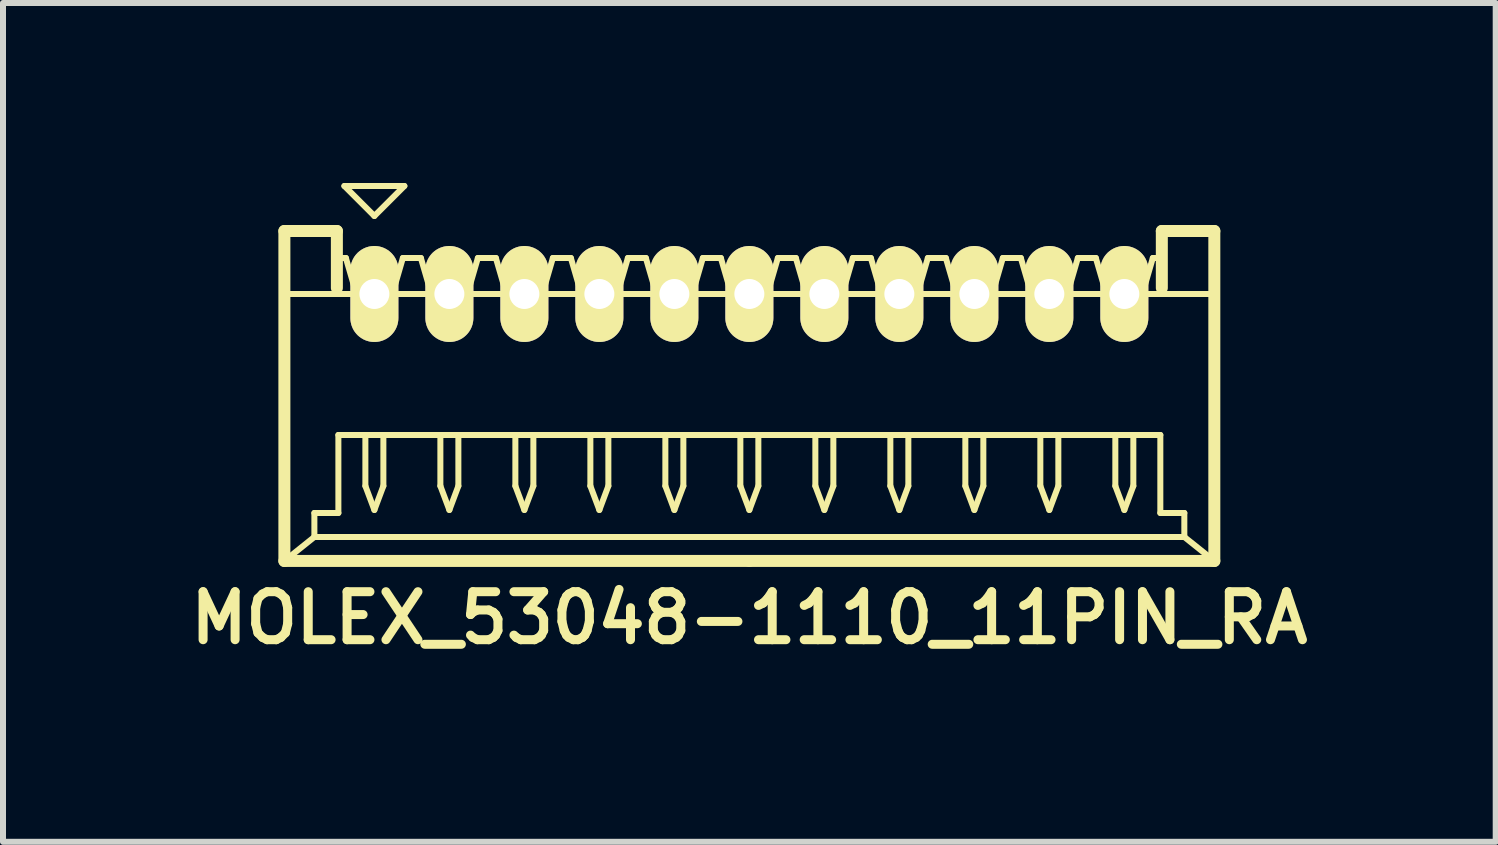
<source format=kicad_pcb>
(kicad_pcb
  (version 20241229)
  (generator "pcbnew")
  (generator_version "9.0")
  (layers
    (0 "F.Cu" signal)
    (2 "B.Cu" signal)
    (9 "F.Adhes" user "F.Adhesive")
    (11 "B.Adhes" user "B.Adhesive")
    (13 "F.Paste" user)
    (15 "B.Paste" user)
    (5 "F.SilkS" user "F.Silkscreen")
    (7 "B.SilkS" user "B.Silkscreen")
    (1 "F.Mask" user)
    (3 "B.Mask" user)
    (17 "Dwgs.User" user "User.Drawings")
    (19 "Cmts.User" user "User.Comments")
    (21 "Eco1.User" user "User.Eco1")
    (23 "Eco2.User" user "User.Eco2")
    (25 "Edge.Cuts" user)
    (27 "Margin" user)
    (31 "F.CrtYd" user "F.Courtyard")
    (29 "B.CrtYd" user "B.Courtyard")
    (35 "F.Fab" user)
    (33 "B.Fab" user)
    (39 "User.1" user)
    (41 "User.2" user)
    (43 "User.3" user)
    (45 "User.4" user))
  (footprint "MOLEX_53048-1110_11PIN_RA"
    (layer "F.Cu")
    (at 9.44 3.55)
    (property "Reference" "MOLEX_53048-1110_11PIN_RA" (at 0 3.7 0) (layer "F.SilkS") (effects (font (size 0.8 0.8) (thickness 0.15))))
    (attr through_hole)
    (fp_line (start -7.75 -2.75) (end -6.875 -2.75) (stroke (width 0.2) (type solid)) (layer "F.SilkS"))
    (fp_line (start -7.75 -1.7) (end 7.75 -1.7) (stroke (width 0.1) (type solid)) (layer "F.SilkS"))
    (fp_line (start -7.75 2.75) (end -7.75 -2.75) (stroke (width 0.2) (type solid)) (layer "F.SilkS"))
    (fp_line (start -7.25 1.95) (end -7.25 2.35) (stroke (width 0.1) (type solid)) (layer "F.SilkS"))
    (fp_line (start -7.25 2.35) (end -7.75 2.75) (stroke (width 0.1) (type solid)) (layer "F.SilkS"))
    (fp_line (start -7.25 2.35) (end 0 2.35) (stroke (width 0.1) (type solid)) (layer "F.SilkS"))
    (fp_line (start -6.875 -2.75) (end -6.875 -1.8) (stroke (width 0.2) (type solid)) (layer "F.SilkS"))
    (fp_line (start -6.875 -2.3) (end -6.725 -2.3) (stroke (width 0.1) (type solid)) (layer "F.SilkS"))
    (fp_line (start -6.85 0.65) (end -6.85 1.95) (stroke (width 0.1) (type solid)) (layer "F.SilkS"))
    (fp_line (start -6.85 1.95) (end -7.25 1.95) (stroke (width 0.1) (type solid)) (layer "F.SilkS"))
    (fp_line (start -6.75 -3.5) (end -6.25 -3) (stroke (width 0.1) (type solid)) (layer "F.SilkS"))
    (fp_line (start -6.725 -2.3) (end -6.55 -1.7) (stroke (width 0.1) (type solid)) (layer "F.SilkS"))
    (fp_line (start -6.55 -1.7) (end -5.95 -1.7) (stroke (width 0.1) (type solid)) (layer "F.SilkS"))
    (fp_line (start -6.4 0.65) (end -6.4 1.5) (stroke (width 0.1) (type solid)) (layer "F.SilkS"))
    (fp_line (start -6.4 1.5) (end -6.25 1.9) (stroke (width 0.1) (type solid)) (layer "F.SilkS"))
    (fp_line (start -6.25 -3) (end -5.75 -3.5) (stroke (width 0.1) (type solid)) (layer "F.SilkS"))
    (fp_line (start -6.25 1.9) (end -6.1 1.5) (stroke (width 0.1) (type solid)) (layer "F.SilkS"))
    (fp_line (start -6.1 1.5) (end -6.1 0.65) (stroke (width 0.1) (type solid)) (layer "F.SilkS"))
    (fp_line (start -5.95 -1.7) (end -5.775 -2.3) (stroke (width 0.1) (type solid)) (layer "F.SilkS"))
    (fp_line (start -5.775 -2.3) (end -5.625 -2.3) (stroke (width 0.1) (type solid)) (layer "F.SilkS"))
    (fp_line (start -5.75 -3.5) (end -6.75 -3.5) (stroke (width 0.1) (type solid)) (layer "F.SilkS"))
    (fp_line (start -5.625 -2.3) (end -5.475 -2.3) (stroke (width 0.1) (type solid)) (layer "F.SilkS"))
    (fp_line (start -5.475 -2.3) (end -5.3 -1.7) (stroke (width 0.1) (type solid)) (layer "F.SilkS"))
    (fp_line (start -5.3 -1.7) (end -4.7 -1.7) (stroke (width 0.1) (type solid)) (layer "F.SilkS"))
    (fp_line (start -5.15 0.65) (end -5.15 1.5) (stroke (width 0.1) (type solid)) (layer "F.SilkS"))
    (fp_line (start -5.15 1.5) (end -5 1.9) (stroke (width 0.1) (type solid)) (layer "F.SilkS"))
    (fp_line (start -5 1.9) (end -4.85 1.5) (stroke (width 0.1) (type solid)) (layer "F.SilkS"))
    (fp_line (start -4.85 1.5) (end -4.85 0.65) (stroke (width 0.1) (type solid)) (layer "F.SilkS"))
    (fp_line (start -4.7 -1.7) (end -4.525 -2.3) (stroke (width 0.1) (type solid)) (layer "F.SilkS"))
    (fp_line (start -4.525 -2.3) (end -4.375 -2.3) (stroke (width 0.1) (type solid)) (layer "F.SilkS"))
    (fp_line (start -4.375 -2.3) (end -4.225 -2.3) (stroke (width 0.1) (type solid)) (layer "F.SilkS"))
    (fp_line (start -4.225 -2.3) (end -4.05 -1.7) (stroke (width 0.1) (type solid)) (layer "F.SilkS"))
    (fp_line (start -4.05 -1.7) (end -3.45 -1.7) (stroke (width 0.1) (type solid)) (layer "F.SilkS"))
    (fp_line (start -3.9 0.65) (end -3.9 1.5) (stroke (width 0.1) (type solid)) (layer "F.SilkS"))
    (fp_line (start -3.9 1.5) (end -3.75 1.9) (stroke (width 0.1) (type solid)) (layer "F.SilkS"))
    (fp_line (start -3.75 1.9) (end -3.6 1.5) (stroke (width 0.1) (type solid)) (layer "F.SilkS"))
    (fp_line (start -3.6 1.5) (end -3.6 0.65) (stroke (width 0.1) (type solid)) (layer "F.SilkS"))
    (fp_line (start -3.45 -1.7) (end -3.275 -2.3) (stroke (width 0.1) (type solid)) (layer "F.SilkS"))
    (fp_line (start -3.275 -2.3) (end -3.125 -2.3) (stroke (width 0.1) (type solid)) (layer "F.SilkS"))
    (fp_line (start -3.125 -2.3) (end -2.975 -2.3) (stroke (width 0.1) (type solid)) (layer "F.SilkS"))
    (fp_line (start -2.975 -2.3) (end -2.8 -1.7) (stroke (width 0.1) (type solid)) (layer "F.SilkS"))
    (fp_line (start -2.8 -1.7) (end -2.2 -1.7) (stroke (width 0.1) (type solid)) (layer "F.SilkS"))
    (fp_line (start -2.65 0.65) (end -2.65 1.5) (stroke (width 0.1) (type solid)) (layer "F.SilkS"))
    (fp_line (start -2.65 1.5) (end -2.5 1.9) (stroke (width 0.1) (type solid)) (layer "F.SilkS"))
    (fp_line (start -2.5 1.9) (end -2.35 1.5) (stroke (width 0.1) (type solid)) (layer "F.SilkS"))
    (fp_line (start -2.35 1.5) (end -2.35 0.65) (stroke (width 0.1) (type solid)) (layer "F.SilkS"))
    (fp_line (start -2.2 -1.7) (end -2.025 -2.3) (stroke (width 0.1) (type solid)) (layer "F.SilkS"))
    (fp_line (start -2.025 -2.3) (end -1.875 -2.3) (stroke (width 0.1) (type solid)) (layer "F.SilkS"))
    (fp_line (start -1.875 -2.3) (end -1.725 -2.3) (stroke (width 0.1) (type solid)) (layer "F.SilkS"))
    (fp_line (start -1.725 -2.3) (end -1.55 -1.7) (stroke (width 0.1) (type solid)) (layer "F.SilkS"))
    (fp_line (start -1.55 -1.7) (end -0.95 -1.7) (stroke (width 0.1) (type solid)) (layer "F.SilkS"))
    (fp_line (start -1.4 0.65) (end -1.4 1.5) (stroke (width 0.1) (type solid)) (layer "F.SilkS"))
    (fp_line (start -1.4 1.5) (end -1.25 1.9) (stroke (width 0.1) (type solid)) (layer "F.SilkS"))
    (fp_line (start -1.25 1.9) (end -1.1 1.5) (stroke (width 0.1) (type solid)) (layer "F.SilkS"))
    (fp_line (start -1.1 1.5) (end -1.1 0.65) (stroke (width 0.1) (type solid)) (layer "F.SilkS"))
    (fp_line (start -0.95 -1.7) (end -0.775 -2.3) (stroke (width 0.1) (type solid)) (layer "F.SilkS"))
    (fp_line (start -0.775 -2.3) (end -0.625 -2.3) (stroke (width 0.1) (type solid)) (layer "F.SilkS"))
    (fp_line (start -0.625 -2.3) (end -0.475 -2.3) (stroke (width 0.1) (type solid)) (layer "F.SilkS"))
    (fp_line (start -0.475 -2.3) (end -0.3 -1.7) (stroke (width 0.1) (type solid)) (layer "F.SilkS"))
    (fp_line (start -0.3 -1.7) (end 0.3 -1.7) (stroke (width 0.1) (type solid)) (layer "F.SilkS"))
    (fp_line (start -0.15 0.65) (end -0.15 1.5) (stroke (width 0.1) (type solid)) (layer "F.SilkS"))
    (fp_line (start -0.15 1.5) (end 0 1.9) (stroke (width 0.1) (type solid)) (layer "F.SilkS"))
    (fp_line (start 0 0.65) (end -6.85 0.65) (stroke (width 0.1) (type solid)) (layer "F.SilkS"))
    (fp_line (start 0 0.65) (end 6.85 0.65) (stroke (width 0.1) (type solid)) (layer "F.SilkS"))
    (fp_line (start 0 1.9) (end 0.15 1.5) (stroke (width 0.1) (type solid)) (layer "F.SilkS"))
    (fp_line (start 0 2.75) (end -7.75 2.75) (stroke (width 0.2) (type solid)) (layer "F.SilkS"))
    (fp_line (start 0 2.75) (end 7.75 2.75) (stroke (width 0.2) (type solid)) (layer "F.SilkS"))
    (fp_line (start 0.15 1.5) (end 0.15 0.65) (stroke (width 0.1) (type solid)) (layer "F.SilkS"))
    (fp_line (start 0.3 -1.7) (end 0.475 -2.3) (stroke (width 0.1) (type solid)) (layer "F.SilkS"))
    (fp_line (start 0.475 -2.3) (end 0.625 -2.3) (stroke (width 0.1) (type solid)) (layer "F.SilkS"))
    (fp_line (start 0.625 -2.3) (end 0.775 -2.3) (stroke (width 0.1) (type solid)) (layer "F.SilkS"))
    (fp_line (start 0.775 -2.3) (end 0.95 -1.7) (stroke (width 0.1) (type solid)) (layer "F.SilkS"))
    (fp_line (start 0.95 -1.7) (end 1.55 -1.7) (stroke (width 0.1) (type solid)) (layer "F.SilkS"))
    (fp_line (start 1.1 0.65) (end 1.1 1.5) (stroke (width 0.1) (type solid)) (layer "F.SilkS"))
    (fp_line (start 1.1 1.5) (end 1.25 1.9) (stroke (width 0.1) (type solid)) (layer "F.SilkS"))
    (fp_line (start 1.25 1.9) (end 1.4 1.5) (stroke (width 0.1) (type solid)) (layer "F.SilkS"))
    (fp_line (start 1.4 1.5) (end 1.4 0.65) (stroke (width 0.1) (type solid)) (layer "F.SilkS"))
    (fp_line (start 1.55 -1.7) (end 1.725 -2.3) (stroke (width 0.1) (type solid)) (layer "F.SilkS"))
    (fp_line (start 1.725 -2.3) (end 1.875 -2.3) (stroke (width 0.1) (type solid)) (layer "F.SilkS"))
    (fp_line (start 1.875 -2.3) (end 2.025 -2.3) (stroke (width 0.1) (type solid)) (layer "F.SilkS"))
    (fp_line (start 2.025 -2.3) (end 2.2 -1.7) (stroke (width 0.1) (type solid)) (layer "F.SilkS"))
    (fp_line (start 2.2 -1.7) (end 2.8 -1.7) (stroke (width 0.1) (type solid)) (layer "F.SilkS"))
    (fp_line (start 2.35 0.65) (end 2.35 1.5) (stroke (width 0.1) (type solid)) (layer "F.SilkS"))
    (fp_line (start 2.35 1.5) (end 2.5 1.9) (stroke (width 0.1) (type solid)) (layer "F.SilkS"))
    (fp_line (start 2.5 1.9) (end 2.65 1.5) (stroke (width 0.1) (type solid)) (layer "F.SilkS"))
    (fp_line (start 2.65 1.5) (end 2.65 0.65) (stroke (width 0.1) (type solid)) (layer "F.SilkS"))
    (fp_line (start 2.8 -1.7) (end 2.975 -2.3) (stroke (width 0.1) (type solid)) (layer "F.SilkS"))
    (fp_line (start 2.975 -2.3) (end 3.125 -2.3) (stroke (width 0.1) (type solid)) (layer "F.SilkS"))
    (fp_line (start 3.125 -2.3) (end 3.275 -2.3) (stroke (width 0.1) (type solid)) (layer "F.SilkS"))
    (fp_line (start 3.275 -2.3) (end 3.45 -1.7) (stroke (width 0.1) (type solid)) (layer "F.SilkS"))
    (fp_line (start 3.45 -1.7) (end 4.05 -1.7) (stroke (width 0.1) (type solid)) (layer "F.SilkS"))
    (fp_line (start 3.6 0.65) (end 3.6 1.5) (stroke (width 0.1) (type solid)) (layer "F.SilkS"))
    (fp_line (start 3.6 1.5) (end 3.75 1.9) (stroke (width 0.1) (type solid)) (layer "F.SilkS"))
    (fp_line (start 3.75 1.9) (end 3.9 1.5) (stroke (width 0.1) (type solid)) (layer "F.SilkS"))
    (fp_line (start 3.9 1.5) (end 3.9 0.65) (stroke (width 0.1) (type solid)) (layer "F.SilkS"))
    (fp_line (start 4.05 -1.7) (end 4.225 -2.3) (stroke (width 0.1) (type solid)) (layer "F.SilkS"))
    (fp_line (start 4.225 -2.3) (end 4.375 -2.3) (stroke (width 0.1) (type solid)) (layer "F.SilkS"))
    (fp_line (start 4.375 -2.3) (end 4.525 -2.3) (stroke (width 0.1) (type solid)) (layer "F.SilkS"))
    (fp_line (start 4.525 -2.3) (end 4.7 -1.7) (stroke (width 0.1) (type solid)) (layer "F.SilkS"))
    (fp_line (start 4.7 -1.7) (end 5.3 -1.7) (stroke (width 0.1) (type solid)) (layer "F.SilkS"))
    (fp_line (start 4.85 0.65) (end 4.85 1.5) (stroke (width 0.1) (type solid)) (layer "F.SilkS"))
    (fp_line (start 4.85 1.5) (end 5 1.9) (stroke (width 0.1) (type solid)) (layer "F.SilkS"))
    (fp_line (start 5 1.9) (end 5.15 1.5) (stroke (width 0.1) (type solid)) (layer "F.SilkS"))
    (fp_line (start 5.15 1.5) (end 5.15 0.65) (stroke (width 0.1) (type solid)) (layer "F.SilkS"))
    (fp_line (start 5.3 -1.7) (end 5.475 -2.3) (stroke (width 0.1) (type solid)) (layer "F.SilkS"))
    (fp_line (start 5.475 -2.3) (end 5.625 -2.3) (stroke (width 0.1) (type solid)) (layer "F.SilkS"))
    (fp_line (start 5.625 -2.3) (end 5.775 -2.3) (stroke (width 0.1) (type solid)) (layer "F.SilkS"))
    (fp_line (start 5.775 -2.3) (end 5.95 -1.7) (stroke (width 0.1) (type solid)) (layer "F.SilkS"))
    (fp_line (start 5.95 -1.7) (end 6.55 -1.7) (stroke (width 0.1) (type solid)) (layer "F.SilkS"))
    (fp_line (start 6.1 0.65) (end 6.1 1.5) (stroke (width 0.1) (type solid)) (layer "F.SilkS"))
    (fp_line (start 6.1 1.5) (end 6.25 1.9) (stroke (width 0.1) (type solid)) (layer "F.SilkS"))
    (fp_line (start 6.25 1.9) (end 6.4 1.5) (stroke (width 0.1) (type solid)) (layer "F.SilkS"))
    (fp_line (start 6.4 1.5) (end 6.4 0.65) (stroke (width 0.1) (type solid)) (layer "F.SilkS"))
    (fp_line (start 6.55 -1.7) (end 6.725 -2.3) (stroke (width 0.1) (type solid)) (layer "F.SilkS"))
    (fp_line (start 6.725 -2.3) (end 6.875 -2.3) (stroke (width 0.1) (type solid)) (layer "F.SilkS"))
    (fp_line (start 6.85 0.65) (end 6.85 1.95) (stroke (width 0.1) (type solid)) (layer "F.SilkS"))
    (fp_line (start 6.85 1.95) (end 7.25 1.95) (stroke (width 0.1) (type solid)) (layer "F.SilkS"))
    (fp_line (start 6.875 -2.75) (end 6.875 -1.8) (stroke (width 0.2) (type solid)) (layer "F.SilkS"))
    (fp_line (start 7.25 1.95) (end 7.25 2.35) (stroke (width 0.1) (type solid)) (layer "F.SilkS"))
    (fp_line (start 7.25 2.35) (end 0 2.35) (stroke (width 0.1) (type solid)) (layer "F.SilkS"))
    (fp_line (start 7.25 2.35) (end 7.75 2.75) (stroke (width 0.1) (type solid)) (layer "F.SilkS"))
    (fp_line (start 7.75 -2.75) (end 6.875 -2.75) (stroke (width 0.2) (type solid)) (layer "F.SilkS"))
    (fp_line (start 7.75 2.75) (end 7.75 -2.75) (stroke (width 0.2) (type solid)) (layer "F.SilkS"))
    (pad "1" thru_hole oval (at -6.25 -1.7) (size 0.8 1.6) (drill 0.5) (layers "*.Cu" "*.Mask" "F.SilkS"))
    (pad "2" thru_hole oval (at -5 -1.7) (size 0.8 1.6) (drill 0.5) (layers "*.Cu" "*.Mask" "F.SilkS"))
    (pad "3" thru_hole oval (at -3.75 -1.7) (size 0.8 1.6) (drill 0.5) (layers "*.Cu" "*.Mask" "F.SilkS"))
    (pad "4" thru_hole oval (at -2.5 -1.7) (size 0.8 1.6) (drill 0.5) (layers "*.Cu" "*.Mask" "F.SilkS"))
    (pad "5" thru_hole oval (at -1.25 -1.7) (size 0.8 1.6) (drill 0.5) (layers "*.Cu" "*.Mask" "F.SilkS"))
    (pad "6" thru_hole oval (at 0 -1.7) (size 0.8 1.6) (drill 0.5) (layers "*.Cu" "*.Mask" "F.SilkS"))
    (pad "7" thru_hole oval (at 1.25 -1.7) (size 0.8 1.6) (drill 0.5) (layers "*.Cu" "*.Mask" "F.SilkS"))
    (pad "8" thru_hole oval (at 2.5 -1.7) (size 0.8 1.6) (drill 0.5) (layers "*.Cu" "*.Mask" "F.SilkS"))
    (pad "9" thru_hole oval (at 3.75 -1.7) (size 0.8 1.6) (drill 0.5) (layers "*.Cu" "*.Mask" "F.SilkS"))
    (pad "10" thru_hole oval (at 5 -1.7) (size 0.8 1.6) (drill 0.5) (layers "*.Cu" "*.Mask" "F.SilkS"))
    (pad "11" thru_hole oval (at 6.25 -1.7) (size 0.8 1.6) (drill 0.5) (layers "*.Cu" "*.Mask" "F.SilkS")))
  (gr_rect
    (start -3 -3)
    (end 21.88 10.981)
    (stroke (width 0.1) (type default))
    (fill no)
    (layer "Edge.Cuts")))
</source>
